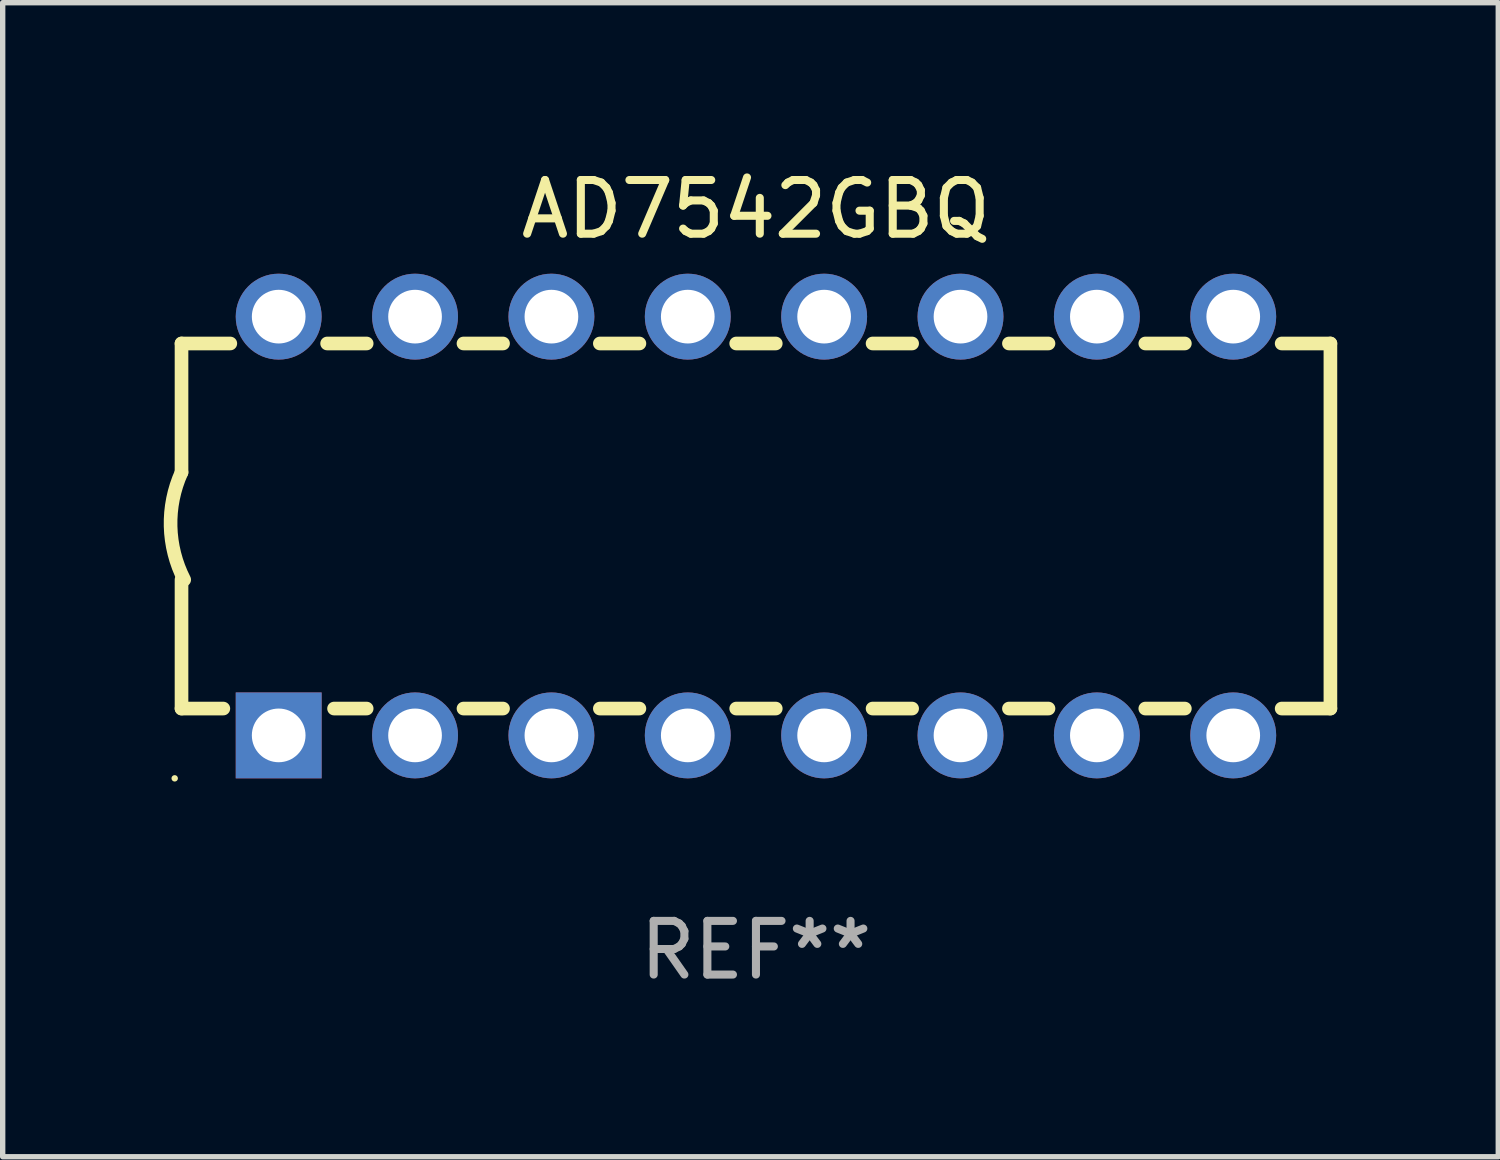
<source format=kicad_pcb>
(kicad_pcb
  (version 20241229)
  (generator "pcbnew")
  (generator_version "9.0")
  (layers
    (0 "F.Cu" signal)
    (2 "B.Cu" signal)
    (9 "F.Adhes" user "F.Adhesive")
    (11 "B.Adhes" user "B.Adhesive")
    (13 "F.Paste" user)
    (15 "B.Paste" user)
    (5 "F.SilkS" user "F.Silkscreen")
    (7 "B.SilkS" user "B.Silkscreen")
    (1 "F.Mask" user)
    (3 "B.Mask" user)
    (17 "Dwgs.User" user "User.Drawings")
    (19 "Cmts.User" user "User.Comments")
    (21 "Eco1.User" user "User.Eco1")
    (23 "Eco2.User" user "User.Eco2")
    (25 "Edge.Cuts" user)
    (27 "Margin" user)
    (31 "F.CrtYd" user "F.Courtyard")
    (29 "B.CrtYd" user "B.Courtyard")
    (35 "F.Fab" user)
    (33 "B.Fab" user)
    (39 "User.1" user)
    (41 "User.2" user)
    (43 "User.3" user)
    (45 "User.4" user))
  (footprint "AD7542GBQ"
    (layer "F.Cu")
    (at 11.031 6.748)
    (property "Reference" "AD7542GBQ" (at 0 -5.9 0) (layer "F.SilkS") (effects (font (size 1 1) (thickness 0.15))))
    (attr through_hole)
    (fp_line (start -10.7 -3.4) (end -9.791 -3.4) (stroke (width 0.254) (type solid)) (layer "F.SilkS"))
    (fp_line (start -10.7 -0.998) (end -10.7 -3.4) (stroke (width 0.254) (type solid)) (layer "F.SilkS"))
    (fp_line (start -10.7 3.4) (end -10.7 1) (stroke (width 0.254) (type solid)) (layer "F.SilkS"))
    (fp_line (start -10.7 3.4) (end -9.921 3.4) (stroke (width 0.254) (type solid)) (layer "F.SilkS"))
    (fp_line (start -7.988 -3.4) (end -7.251 -3.4) (stroke (width 0.254) (type solid)) (layer "F.SilkS"))
    (fp_line (start -7.859 3.4) (end -7.251 3.4) (stroke (width 0.254) (type solid)) (layer "F.SilkS"))
    (fp_line (start -5.448 -3.4) (end -4.711 -3.4) (stroke (width 0.254) (type solid)) (layer "F.SilkS"))
    (fp_line (start -5.448 3.4) (end -4.711 3.4) (stroke (width 0.254) (type solid)) (layer "F.SilkS"))
    (fp_line (start -2.908 -3.4) (end -2.171 -3.4) (stroke (width 0.254) (type solid)) (layer "F.SilkS"))
    (fp_line (start -2.908 3.4) (end -2.171 3.4) (stroke (width 0.254) (type solid)) (layer "F.SilkS"))
    (fp_line (start -0.368 -3.4) (end 0.369 -3.4) (stroke (width 0.254) (type solid)) (layer "F.SilkS"))
    (fp_line (start -0.368 3.4) (end 0.369 3.4) (stroke (width 0.254) (type solid)) (layer "F.SilkS"))
    (fp_line (start 2.172 -3.4) (end 2.909 -3.4) (stroke (width 0.254) (type solid)) (layer "F.SilkS"))
    (fp_line (start 2.172 3.4) (end 2.909 3.4) (stroke (width 0.254) (type solid)) (layer "F.SilkS"))
    (fp_line (start 4.712 -3.4) (end 5.449 -3.4) (stroke (width 0.254) (type solid)) (layer "F.SilkS"))
    (fp_line (start 4.712 3.4) (end 5.449 3.4) (stroke (width 0.254) (type solid)) (layer "F.SilkS"))
    (fp_line (start 7.252 -3.4) (end 7.989 -3.4) (stroke (width 0.254) (type solid)) (layer "F.SilkS"))
    (fp_line (start 7.252 3.4) (end 7.989 3.4) (stroke (width 0.254) (type solid)) (layer "F.SilkS"))
    (fp_line (start 9.792 -3.4) (end 10.7 -3.4) (stroke (width 0.254) (type solid)) (layer "F.SilkS"))
    (fp_line (start 9.792 3.4) (end 10.7 3.4) (stroke (width 0.254) (type solid)) (layer "F.SilkS"))
    (fp_line (start 10.7 3.4) (end 10.7 -3.4) (stroke (width 0.254) (type solid)) (layer "F.SilkS"))
    (fp_arc (start -10.649962 0.99995) (mid -10.90314 0.005668) (end -10.699975 -1.000025) (stroke (width 0.254001) (type solid)) (layer "F.SilkS"))
    (fp_circle (center -10.827 4.7) (end -10.797 4.7) (stroke (width 0.06) (type solid)) (fill no) (layer "F.SilkS"))
    (fp_text user "REF**" (at 0 7.9 0) (layer "F.Fab") (effects (font (size 1 1) (thickness 0.15))))
    (pad "1" thru_hole rect (at -8.89 3.9 90) (size 1.6 1.6) (drill 1) (layers "*.Cu" "*.Mask"))
    (pad "2" thru_hole circle (at -6.35 3.9) (size 1.6 1.6) (drill 1) (layers "*.Cu" "*.Mask"))
    (pad "3" thru_hole circle (at -3.81 3.9) (size 1.6 1.6) (drill 1) (layers "*.Cu" "*.Mask"))
    (pad "4" thru_hole circle (at -1.27 3.9) (size 1.6 1.6) (drill 1) (layers "*.Cu" "*.Mask"))
    (pad "5" thru_hole circle (at 1.27 3.9) (size 1.6 1.6) (drill 1) (layers "*.Cu" "*.Mask"))
    (pad "6" thru_hole circle (at 3.81 3.9) (size 1.6 1.6) (drill 1) (layers "*.Cu" "*.Mask"))
    (pad "7" thru_hole circle (at 6.35 3.9) (size 1.6 1.6) (drill 1) (layers "*.Cu" "*.Mask"))
    (pad "8" thru_hole circle (at 8.89 3.9) (size 1.6 1.6) (drill 1) (layers "*.Cu" "*.Mask"))
    (pad "9" thru_hole circle (at 8.89 -3.9) (size 1.6 1.6) (drill 1) (layers "*.Cu" "*.Mask"))
    (pad "10" thru_hole circle (at 6.35 -3.9) (size 1.6 1.6) (drill 1) (layers "*.Cu" "*.Mask"))
    (pad "11" thru_hole circle (at 3.81 -3.9) (size 1.6 1.6) (drill 1) (layers "*.Cu" "*.Mask"))
    (pad "12" thru_hole circle (at 1.27 -3.9) (size 1.6 1.6) (drill 1) (layers "*.Cu" "*.Mask"))
    (pad "13" thru_hole circle (at -1.27 -3.9) (size 1.6 1.6) (drill 1) (layers "*.Cu" "*.Mask"))
    (pad "14" thru_hole circle (at -3.81 -3.9) (size 1.6 1.6) (drill 1) (layers "*.Cu" "*.Mask"))
    (pad "15" thru_hole circle (at -6.35 -3.9) (size 1.6 1.6) (drill 1) (layers "*.Cu" "*.Mask"))
    (pad "16" thru_hole circle (at -8.89 -3.9) (size 1.6 1.6) (drill 1) (layers "*.Cu" "*.Mask")))
  (gr_rect
    (start -3 -3)
    (end 24.858 18.496)
    (stroke (width 0.1) (type default))
    (fill no)
    (layer "Edge.Cuts")))
</source>
